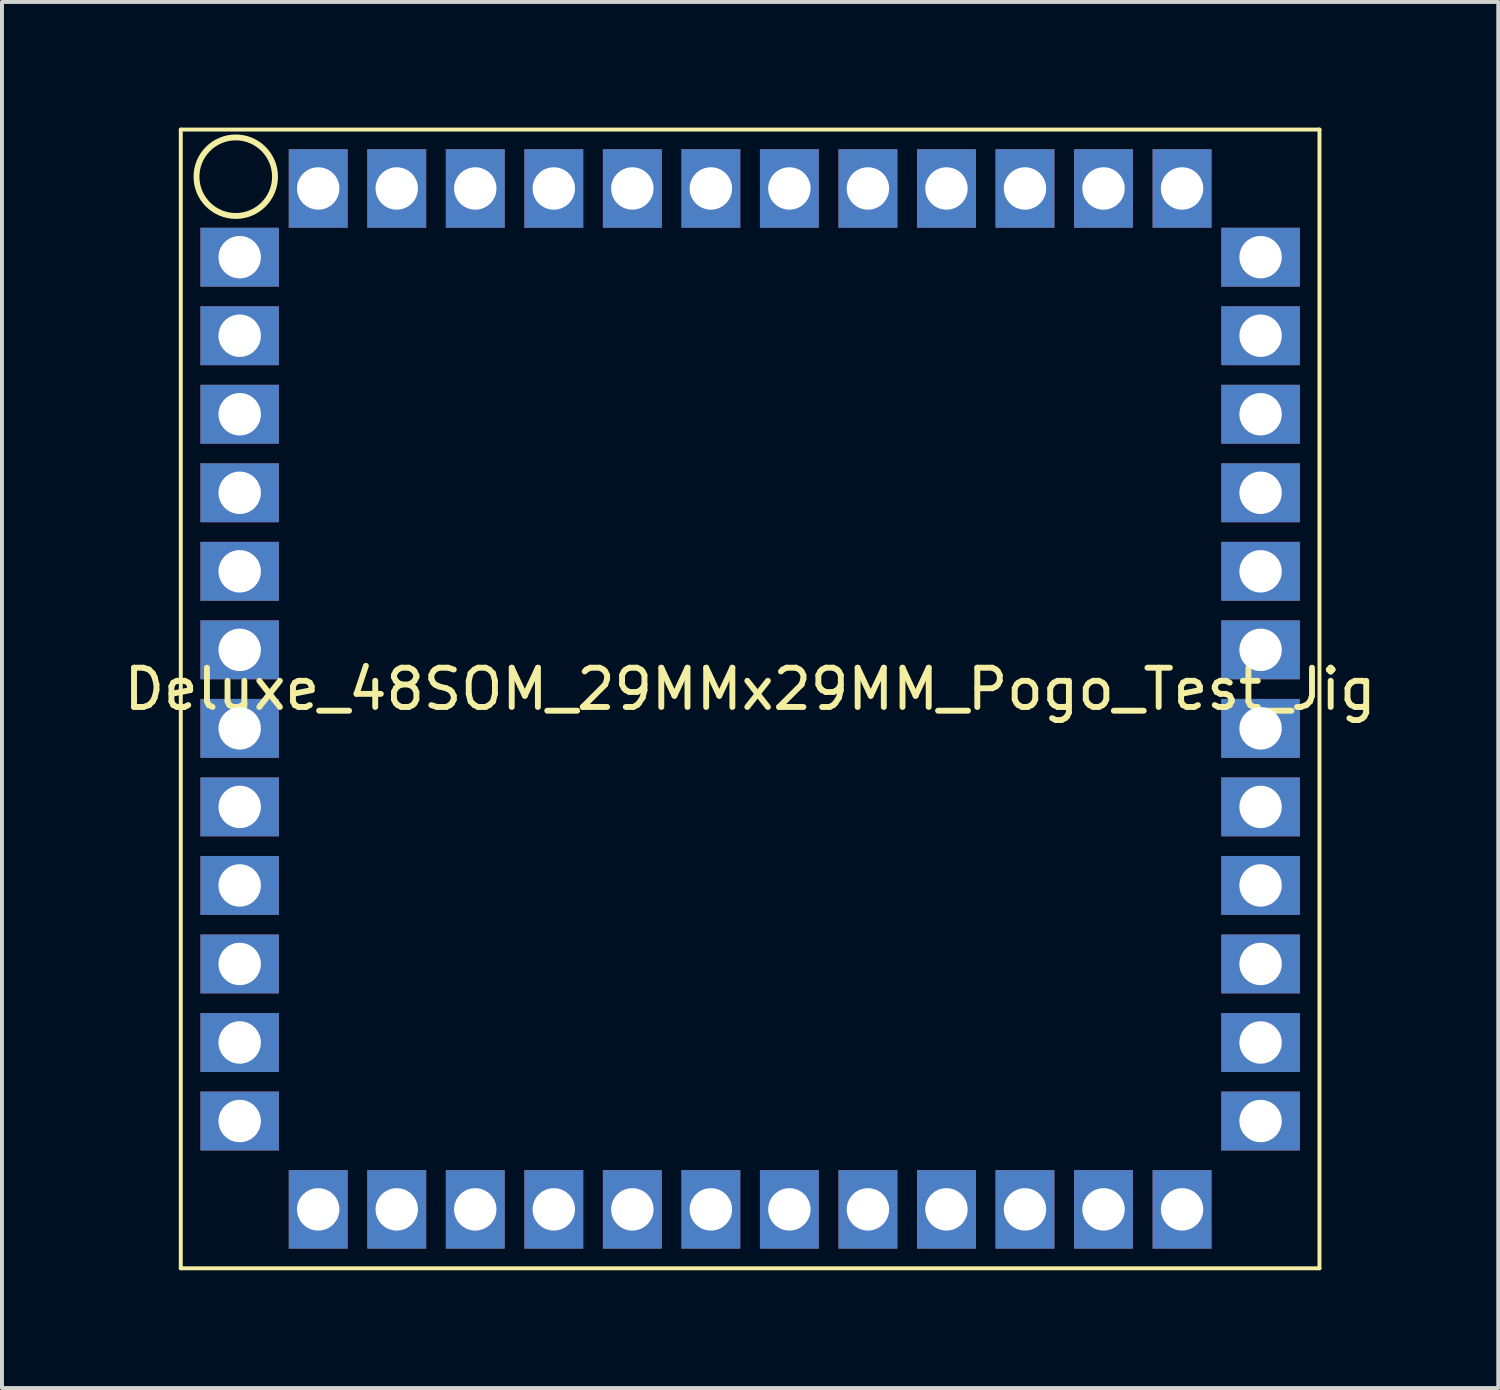
<source format=kicad_pcb>
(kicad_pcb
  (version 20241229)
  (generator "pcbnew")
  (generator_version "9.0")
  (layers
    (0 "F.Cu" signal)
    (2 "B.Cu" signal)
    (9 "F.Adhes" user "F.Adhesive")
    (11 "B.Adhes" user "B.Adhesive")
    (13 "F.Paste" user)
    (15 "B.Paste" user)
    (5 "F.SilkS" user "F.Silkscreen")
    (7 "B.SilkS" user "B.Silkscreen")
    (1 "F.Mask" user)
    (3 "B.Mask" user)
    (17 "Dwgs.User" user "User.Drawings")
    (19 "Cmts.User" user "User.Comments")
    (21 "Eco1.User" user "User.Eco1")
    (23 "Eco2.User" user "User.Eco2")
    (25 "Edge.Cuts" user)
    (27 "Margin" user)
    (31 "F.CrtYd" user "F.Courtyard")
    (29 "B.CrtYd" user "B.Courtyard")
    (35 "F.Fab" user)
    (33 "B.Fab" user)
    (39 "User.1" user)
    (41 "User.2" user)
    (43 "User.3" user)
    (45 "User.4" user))
  (footprint "Deluxe_48SOM_29MMx29MM_Pogo_Test_Jig"
    (layer "F.Cu")
    (at 1.554 0.25)
    (property "Reference" "Deluxe_48SOM_29MMx29MM_Pogo_Test_Jig" (at 14.5 14.25 0) (layer "F.SilkS") (effects (font (size 1 1) (thickness 0.15))))
    (attr through_hole)
    (fp_line (start 0 0) (end 29 0) (stroke (width 0.1) (type solid)) (layer "F.SilkS"))
    (fp_line (start 0 29) (end 0 0) (stroke (width 0.1) (type solid)) (layer "F.SilkS"))
    (fp_line (start 29 0) (end 29 29) (stroke (width 0.1) (type solid)) (layer "F.SilkS"))
    (fp_line (start 29 29) (end 0 29) (stroke (width 0.1) (type solid)) (layer "F.SilkS"))
    (fp_circle (center 1.4 1.2) (end 2.4 1.2) (stroke (width 0.15) (type solid)) (fill no) (layer "F.SilkS"))
    (pad "1" thru_hole rect (at 1.5 3.25) (size 2 1.5) (drill 1.08) (layers "*.Cu" "*.Mask"))
    (pad "2" thru_hole rect (at 1.5 5.25) (size 2 1.5) (drill 1.08) (layers "*.Cu" "*.Mask"))
    (pad "3" thru_hole rect (at 1.5 7.25) (size 2 1.5) (drill 1.08) (layers "*.Cu" "*.Mask"))
    (pad "4" thru_hole rect (at 1.5 9.25) (size 2 1.5) (drill 1.08) (layers "*.Cu" "*.Mask"))
    (pad "5" thru_hole rect (at 1.5 11.25) (size 2 1.5) (drill 1.08) (layers "*.Cu" "*.Mask"))
    (pad "6" thru_hole rect (at 1.5 13.25) (size 2 1.5) (drill 1.08) (layers "*.Cu" "*.Mask"))
    (pad "7" thru_hole rect (at 1.5 15.25) (size 2 1.5) (drill 1.08) (layers "*.Cu" "*.Mask"))
    (pad "8" thru_hole rect (at 1.5 17.25) (size 2 1.5) (drill 1.08) (layers "*.Cu" "*.Mask"))
    (pad "9" thru_hole rect (at 1.5 19.25) (size 2 1.5) (drill 1.08) (layers "*.Cu" "*.Mask"))
    (pad "10" thru_hole rect (at 1.5 21.25) (size 2 1.5) (drill 1.08) (layers "*.Cu" "*.Mask"))
    (pad "11" thru_hole rect (at 1.5 23.25) (size 2 1.5) (drill 1.08) (layers "*.Cu" "*.Mask"))
    (pad "12" thru_hole rect (at 1.5 25.25) (size 2 1.5) (drill 1.08) (layers "*.Cu" "*.Mask"))
    (pad "13" thru_hole rect (at 3.5 27.5 270) (size 2 1.5) (drill 1.08) (layers "*.Cu" "*.Mask"))
    (pad "14" thru_hole rect (at 5.5 27.5 270) (size 2 1.5) (drill 1.08) (layers "*.Cu" "*.Mask"))
    (pad "15" thru_hole rect (at 7.5 27.5 270) (size 2 1.5) (drill 1.08) (layers "*.Cu" "*.Mask"))
    (pad "16" thru_hole rect (at 9.5 27.5 270) (size 2 1.5) (drill 1.08) (layers "*.Cu" "*.Mask"))
    (pad "17" thru_hole rect (at 11.5 27.5 270) (size 2 1.5) (drill 1.08) (layers "*.Cu" "*.Mask"))
    (pad "18" thru_hole rect (at 13.5 27.5 270) (size 2 1.5) (drill 1.08) (layers "*.Cu" "*.Mask"))
    (pad "19" thru_hole rect (at 15.5 27.5 270) (size 2 1.5) (drill 1.08) (layers "*.Cu" "*.Mask"))
    (pad "20" thru_hole rect (at 17.5 27.5 270) (size 2 1.5) (drill 1.08) (layers "*.Cu" "*.Mask"))
    (pad "21" thru_hole rect (at 19.5 27.5 270) (size 2 1.5) (drill 1.08) (layers "*.Cu" "*.Mask"))
    (pad "22" thru_hole rect (at 21.5 27.5 270) (size 2 1.5) (drill 1.08) (layers "*.Cu" "*.Mask"))
    (pad "23" thru_hole rect (at 23.5 27.5 270) (size 2 1.5) (drill 1.08) (layers "*.Cu" "*.Mask"))
    (pad "24" thru_hole rect (at 25.5 27.5 270) (size 2 1.5) (drill 1.08) (layers "*.Cu" "*.Mask"))
    (pad "25" thru_hole rect (at 27.5 25.25 180) (size 2 1.5) (drill 1.08) (layers "*.Cu" "*.Mask"))
    (pad "26" thru_hole rect (at 27.5 23.25 180) (size 2 1.5) (drill 1.08) (layers "*.Cu" "*.Mask"))
    (pad "27" thru_hole rect (at 27.5 21.25 180) (size 2 1.5) (drill 1.08) (layers "*.Cu" "*.Mask"))
    (pad "28" thru_hole rect (at 27.5 19.25 180) (size 2 1.5) (drill 1.08) (layers "*.Cu" "*.Mask"))
    (pad "29" thru_hole rect (at 27.5 17.25 180) (size 2 1.5) (drill 1.08) (layers "*.Cu" "*.Mask"))
    (pad "30" thru_hole rect (at 27.5 15.25 180) (size 2 1.5) (drill 1.08) (layers "*.Cu" "*.Mask"))
    (pad "31" thru_hole rect (at 27.5 13.25 180) (size 2 1.5) (drill 1.08) (layers "*.Cu" "*.Mask"))
    (pad "32" thru_hole rect (at 27.5 11.25 180) (size 2 1.5) (drill 1.08) (layers "*.Cu" "*.Mask"))
    (pad "33" thru_hole rect (at 27.5 9.25 180) (size 2 1.5) (drill 1.08) (layers "*.Cu" "*.Mask"))
    (pad "34" thru_hole rect (at 27.5 7.25 180) (size 2 1.5) (drill 1.08) (layers "*.Cu" "*.Mask"))
    (pad "35" thru_hole rect (at 27.5 5.25 180) (size 2 1.5) (drill 1.08) (layers "*.Cu" "*.Mask"))
    (pad "36" thru_hole rect (at 27.5 3.25 180) (size 2 1.5) (drill 1.08) (layers "*.Cu" "*.Mask"))
    (pad "37" thru_hole rect (at 25.5 1.5 270) (size 2 1.5) (drill 1.08) (layers "*.Cu" "*.Mask"))
    (pad "38" thru_hole rect (at 23.5 1.5 270) (size 2 1.5) (drill 1.08) (layers "*.Cu" "*.Mask"))
    (pad "39" thru_hole rect (at 21.5 1.5 270) (size 2 1.5) (drill 1.08) (layers "*.Cu" "*.Mask"))
    (pad "40" thru_hole rect (at 19.5 1.5 270) (size 2 1.5) (drill 1.08) (layers "*.Cu" "*.Mask"))
    (pad "41" thru_hole rect (at 17.5 1.5 270) (size 2 1.5) (drill 1.08) (layers "*.Cu" "*.Mask"))
    (pad "42" thru_hole rect (at 15.5 1.5 270) (size 2 1.5) (drill 1.08) (layers "*.Cu" "*.Mask"))
    (pad "43" thru_hole rect (at 13.5 1.5 270) (size 2 1.5) (drill 1.08) (layers "*.Cu" "*.Mask"))
    (pad "44" thru_hole rect (at 11.5 1.5 270) (size 2 1.5) (drill 1.08) (layers "*.Cu" "*.Mask"))
    (pad "45" thru_hole rect (at 9.5 1.5 270) (size 2 1.5) (drill 1.08) (layers "*.Cu" "*.Mask"))
    (pad "46" thru_hole rect (at 7.5 1.5 270) (size 2 1.5) (drill 1.08) (layers "*.Cu" "*.Mask"))
    (pad "47" thru_hole rect (at 5.5 1.5 270) (size 2 1.5) (drill 1.08) (layers "*.Cu" "*.Mask"))
    (pad "48" thru_hole rect (at 3.5 1.5 270) (size 2 1.5) (drill 1.08) (layers "*.Cu" "*.Mask")))
  (gr_rect
    (start -3 -3)
    (end 35.107 32.3)
    (stroke (width 0.1) (type default))
    (fill no)
    (layer "Edge.Cuts")))
</source>
